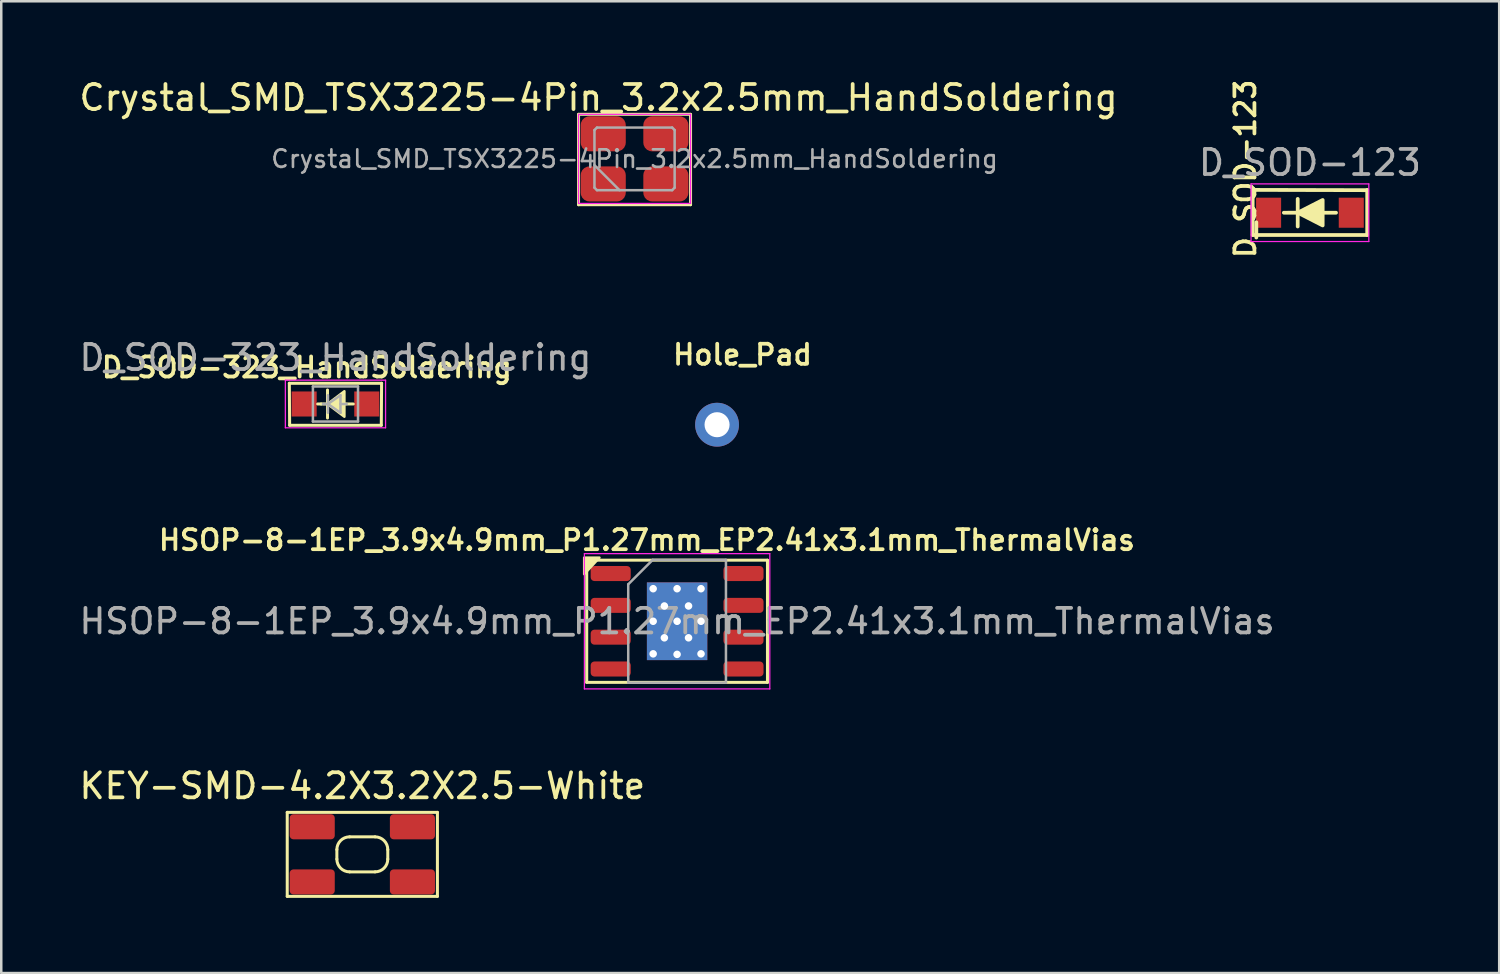
<source format=kicad_pcb>
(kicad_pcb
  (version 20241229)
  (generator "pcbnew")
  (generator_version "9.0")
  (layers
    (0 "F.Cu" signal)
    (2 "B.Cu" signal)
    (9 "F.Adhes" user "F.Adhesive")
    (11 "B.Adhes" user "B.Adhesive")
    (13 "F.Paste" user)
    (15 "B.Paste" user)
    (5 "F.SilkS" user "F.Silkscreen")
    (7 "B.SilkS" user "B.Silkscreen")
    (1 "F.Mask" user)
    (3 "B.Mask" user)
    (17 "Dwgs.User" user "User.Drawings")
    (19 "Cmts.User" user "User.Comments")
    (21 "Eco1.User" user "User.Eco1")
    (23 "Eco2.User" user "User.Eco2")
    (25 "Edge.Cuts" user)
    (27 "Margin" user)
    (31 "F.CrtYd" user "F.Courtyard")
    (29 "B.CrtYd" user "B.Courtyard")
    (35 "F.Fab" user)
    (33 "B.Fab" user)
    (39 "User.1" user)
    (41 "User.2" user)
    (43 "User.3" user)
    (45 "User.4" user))
  (footprint "D_SOD-123"
    (layer "F.Cu")
    (at 49.232 5.44)
    (property "Reference" "D_SOD-123" (at -2.578 -1.753 270) (layer "F.SilkS") (effects (font (size 0.8 0.8) (thickness 0.15))))
    (attr smd)
    (fp_line (start -2.286 -0.911) (end 2.286 -0.9) (stroke (width 0.15) (type solid)) (layer "F.SilkS"))
    (fp_line (start -2.286 0.889) (end -2.286 -0.911) (stroke (width 0.15) (type solid)) (layer "F.SilkS"))
    (fp_line (start -1.041 0) (end -0.488 -0.001) (stroke (width 0.15) (type solid)) (layer "F.SilkS"))
    (fp_line (start -0.488 -0.001) (end -0.488 -0.551) (stroke (width 0.15) (type solid)) (layer "F.SilkS"))
    (fp_line (start -0.488 -0.001) (end -0.488 0.549) (stroke (width 0.15) (type solid)) (layer "F.SilkS"))
    (fp_line (start 0.508 0) (end 1.041 0) (stroke (width 0.15) (type solid)) (layer "F.SilkS"))
    (fp_line (start 2.286 -0.911) (end 2.286 0.889) (stroke (width 0.15) (type solid)) (layer "F.SilkS"))
    (fp_line (start 2.286 0.889) (end -2.286 0.889) (stroke (width 0.15) (type solid)) (layer "F.SilkS"))
    (fp_poly (pts (xy 0.508 0.508) (xy -0.488 -0.001) (xy 0.508 -0.508)) (stroke (width 0.15) (type solid)) (fill yes) (layer "F.SilkS"))
    (fp_line (start -2.35 -1.15) (end -2.35 1.15) (stroke (width 0.05) (type solid)) (layer "F.CrtYd"))
    (fp_line (start -2.35 -1.15) (end 2.35 -1.15) (stroke (width 0.05) (type solid)) (layer "F.CrtYd"))
    (fp_line (start 2.35 -1.15) (end 2.35 1.15) (stroke (width 0.05) (type solid)) (layer "F.CrtYd"))
    (fp_line (start 2.35 1.15) (end -2.35 1.15) (stroke (width 0.05) (type solid)) (layer "F.CrtYd"))
    (fp_text user "${REFERENCE}" (at 0 -2 180) (layer "F.Fab") (effects (font (size 1 1) (thickness 0.15))))
    (pad "1" smd rect (at -1.65 0) (size 1 1.2) (layers "F.Cu" "F.Mask" "F.Paste"))
    (pad "2" smd rect (at 1.65 0) (size 1 1.2) (layers "F.Cu" "F.Mask" "F.Paste")))
  (footprint "D_SOD-323_HandSoldering"
    (layer "F.Cu")
    (at 10.339 13.074)
    (property "Reference" "D_SOD-323_HandSoldering" (at -1.143 -1.46 180) (layer "F.SilkS") (effects (font (size 0.8 0.8) (thickness 0.15))))
    (attr smd)
    (fp_line (start -1.841 -0.826) (end -1.829 0.85) (stroke (width 0.12) (type solid)) (layer "F.SilkS"))
    (fp_line (start -1.841 -0.826) (end 1.841 -0.826) (stroke (width 0.12) (type solid)) (layer "F.SilkS"))
    (fp_line (start -1.829 0.85) (end 1.829 0.85) (stroke (width 0.12) (type solid)) (layer "F.SilkS"))
    (fp_line (start -0.572 0) (end -0.711 0) (stroke (width 0.12) (type solid)) (layer "F.SilkS"))
    (fp_line (start -0.318 -0.559) (end -0.318 0.559) (stroke (width 0.12) (type solid)) (layer "F.SilkS"))
    (fp_line (start 0.254 0) (end -0.572 0) (stroke (width 0.12) (type solid)) (layer "F.SilkS"))
    (fp_line (start 0.711 0) (end 0.254 0) (stroke (width 0.12) (type solid)) (layer "F.SilkS"))
    (fp_line (start 1.841 -0.826) (end 1.829 0.85) (stroke (width 0.12) (type solid)) (layer "F.SilkS"))
    (fp_poly (pts (xy 0.356 0.508) (xy -0.318 0) (xy 0.356 -0.508)) (stroke (width 0.1) (type solid)) (fill yes) (layer "F.SilkS"))
    (fp_line (start -2 -0.95) (end -2 0.95) (stroke (width 0.05) (type solid)) (layer "F.CrtYd"))
    (fp_line (start -2 -0.95) (end 2 -0.95) (stroke (width 0.05) (type solid)) (layer "F.CrtYd"))
    (fp_line (start -2 0.95) (end 2 0.95) (stroke (width 0.05) (type solid)) (layer "F.CrtYd"))
    (fp_line (start 2 -0.95) (end 2 0.95) (stroke (width 0.05) (type solid)) (layer "F.CrtYd"))
    (fp_line (start -0.9 -0.7) (end 0.9 -0.7) (stroke (width 0.1) (type solid)) (layer "F.Fab"))
    (fp_line (start -0.9 0.7) (end -0.9 -0.7) (stroke (width 0.1) (type solid)) (layer "F.Fab"))
    (fp_line (start -0.3 -0.35) (end -0.3 0.35) (stroke (width 0.1) (type solid)) (layer "F.Fab"))
    (fp_line (start -0.3 0) (end -0.5 0) (stroke (width 0.1) (type solid)) (layer "F.Fab"))
    (fp_line (start -0.3 0) (end 0.2 -0.35) (stroke (width 0.1) (type solid)) (layer "F.Fab"))
    (fp_line (start 0.2 -0.35) (end 0.2 0.35) (stroke (width 0.1) (type solid)) (layer "F.Fab"))
    (fp_line (start 0.2 0) (end 0.45 0) (stroke (width 0.1) (type solid)) (layer "F.Fab"))
    (fp_line (start 0.2 0.35) (end -0.3 0) (stroke (width 0.1) (type solid)) (layer "F.Fab"))
    (fp_line (start 0.9 -0.7) (end 0.9 0.7) (stroke (width 0.1) (type solid)) (layer "F.Fab"))
    (fp_line (start 0.9 0.7) (end -0.9 0.7) (stroke (width 0.1) (type solid)) (layer "F.Fab"))
    (fp_text user "${REFERENCE}" (at 0 -1.85 180) (layer "F.Fab") (effects (font (size 1 1) (thickness 0.15))))
    (pad "1" smd rect (at -1.25 0) (size 1 1) (layers "F.Cu" "F.Mask" "F.Paste"))
    (pad "2" smd rect (at 1.25 0) (size 1 1) (layers "F.Cu" "F.Mask" "F.Paste")))
  (footprint "Crystal_SMD_TSX3225-4Pin_3.2x2.5mm_HandSoldering"
    (layer "F.Cu")
    (at 22.276 3.291)
    (property "Reference" "Crystal_SMD_TSX3225-4Pin_3.2x2.5mm_HandSoldering" (at -1.437 -2.443 0) (layer "F.SilkS") (effects (font (size 1 1) (thickness 0.15))))
    (attr smd)
    (fp_line (start -2.235 -1.778) (end -2.235 1.829) (stroke (width 0.12) (type solid)) (layer "F.SilkS"))
    (fp_line (start -2.235 -1.778) (end 2.235 -1.778) (stroke (width 0.12) (type solid)) (layer "F.SilkS"))
    (fp_line (start -2.235 1.829) (end 2.235 1.829) (stroke (width 0.12) (type solid)) (layer "F.SilkS"))
    (fp_line (start 2.235 -1.778) (end 2.235 1.829) (stroke (width 0.12) (type solid)) (layer "F.SilkS"))
    (fp_line (start -2.235 -1.778) (end -2.235 1.778) (stroke (width 0.05) (type solid)) (layer "F.CrtYd"))
    (fp_line (start -2.235 1.778) (end 2.235 1.778) (stroke (width 0.05) (type solid)) (layer "F.CrtYd"))
    (fp_line (start 2.235 -1.778) (end -2.235 -1.778) (stroke (width 0.05) (type solid)) (layer "F.CrtYd"))
    (fp_line (start 2.235 1.778) (end 2.235 -1.778) (stroke (width 0.05) (type solid)) (layer "F.CrtYd"))
    (fp_line (start -1.6 -1.15) (end -1.5 -1.25) (stroke (width 0.1) (type solid)) (layer "F.Fab"))
    (fp_line (start -1.6 0.25) (end -0.6 1.25) (stroke (width 0.1) (type solid)) (layer "F.Fab"))
    (fp_line (start -1.6 1.15) (end -1.6 -1.15) (stroke (width 0.1) (type solid)) (layer "F.Fab"))
    (fp_line (start -1.5 -1.25) (end 1.5 -1.25) (stroke (width 0.1) (type solid)) (layer "F.Fab"))
    (fp_line (start -1.5 1.25) (end -1.6 1.15) (stroke (width 0.1) (type solid)) (layer "F.Fab"))
    (fp_line (start 1.5 -1.25) (end 1.6 -1.15) (stroke (width 0.1) (type solid)) (layer "F.Fab"))
    (fp_line (start 1.5 1.25) (end -1.5 1.25) (stroke (width 0.1) (type solid)) (layer "F.Fab"))
    (fp_line (start 1.6 -1.15) (end 1.6 1.15) (stroke (width 0.1) (type solid)) (layer "F.Fab"))
    (fp_line (start 1.6 1.15) (end 1.5 1.25) (stroke (width 0.1) (type solid)) (layer "F.Fab"))
    (fp_text user "${REFERENCE}" (at 0 0 0) (layer "F.Fab") (effects (font (size 0.7 0.7) (thickness 0.105))))
    (pad "1" smd roundrect (at -1.25 1) (size 1.8 1.4) (layers "F.Cu" "F.Mask" "F.Paste") (roundrect_rratio 0.25))
    (pad "2" smd roundrect (at 1.25 1) (size 1.8 1.4) (layers "F.Cu" "F.Mask" "F.Paste") (roundrect_rratio 0.25))
    (pad "3" smd roundrect (at 1.25 -1) (size 1.8 1.4) (layers "F.Cu" "F.Mask" "F.Paste") (roundrect_rratio 0.25))
    (pad "4" smd roundrect (at -1.25 -1) (size 1.8 1.4) (layers "F.Cu" "F.Mask" "F.Paste") (roundrect_rratio 0.25)))
  (footprint "HSOP-8-1EP_3.9x4.9mm_P1.27mm_EP2.41x3.1mm_ThermalVias"
    (layer "F.Cu")
    (at 23.974 21.746)
    (property "Reference" "HSOP-8-1EP_3.9x4.9mm_P1.27mm_EP2.41x3.1mm_ThermalVias" (at -1.206 -3.239 0) (layer "F.SilkS") (effects (font (size 0.8 0.8) (thickness 0.15))))
    (attr smd)
    (fp_line (start -3.607 2.438) (end -3.607 -2.438) (stroke (width 0.12) (type solid)) (layer "F.SilkS"))
    (fp_line (start 3.607 -2.438) (end -3.607 -2.438) (stroke (width 0.12) (type solid)) (layer "F.SilkS"))
    (fp_line (start 3.607 2.438) (end -3.607 2.438) (stroke (width 0.12) (type solid)) (layer "F.SilkS"))
    (fp_line (start 3.607 2.438) (end 3.607 -2.438) (stroke (width 0.12) (type solid)) (layer "F.SilkS"))
    (fp_poly (pts (xy -3.708 -1.88) (xy -3.708 -2.54) (xy -3.099 -2.54)) (stroke (width 0.1) (type solid)) (fill yes) (layer "F.SilkS"))
    (fp_line (start -3.7 -2.7) (end -3.7 2.7) (stroke (width 0.05) (type solid)) (layer "F.CrtYd"))
    (fp_line (start -3.7 2.7) (end 3.7 2.7) (stroke (width 0.05) (type solid)) (layer "F.CrtYd"))
    (fp_line (start 3.7 -2.7) (end -3.7 -2.7) (stroke (width 0.05) (type solid)) (layer "F.CrtYd"))
    (fp_line (start 3.7 2.7) (end 3.7 -2.7) (stroke (width 0.05) (type solid)) (layer "F.CrtYd"))
    (fp_line (start -1.95 -1.475) (end -0.975 -2.45) (stroke (width 0.1) (type solid)) (layer "F.Fab"))
    (fp_line (start -1.95 2.45) (end -1.95 -1.475) (stroke (width 0.1) (type solid)) (layer "F.Fab"))
    (fp_line (start -0.975 -2.45) (end 1.95 -2.45) (stroke (width 0.1) (type solid)) (layer "F.Fab"))
    (fp_line (start 1.95 -2.45) (end 1.95 2.45) (stroke (width 0.1) (type solid)) (layer "F.Fab"))
    (fp_line (start 1.95 2.45) (end -1.95 2.45) (stroke (width 0.1) (type solid)) (layer "F.Fab"))
    (fp_text user "${REFERENCE}" (at 0 0 0) (layer "F.Fab") (effects (font (size 0.98 0.98) (thickness 0.15))))
    (pad "" smd roundrect (at -0.6 -0.775) (size 0.97 1.25) (layers "F.Paste") (roundrect_rratio 0.25))
    (pad "" smd roundrect (at -0.6 0.775) (size 0.97 1.25) (layers "F.Paste") (roundrect_rratio 0.25))
    (pad "" smd roundrect (at 0.6 -0.775) (size 0.97 1.25) (layers "F.Paste") (roundrect_rratio 0.25))
    (pad "" smd roundrect (at 0.6 0.775) (size 0.97 1.25) (layers "F.Paste") (roundrect_rratio 0.25))
    (pad "1" smd roundrect (at -2.65 -1.905) (size 1.6 0.6) (layers "F.Cu" "F.Mask" "F.Paste") (roundrect_rratio 0.25))
    (pad "1" thru_hole circle (at -0.955 -1.3) (size 0.45 0.45) (drill 0.3) (layers "*.Cu"))
    (pad "1" thru_hole circle (at -0.955 0) (size 0.45 0.45) (drill 0.3) (layers "*.Cu"))
    (pad "1" thru_hole circle (at -0.955 1.3) (size 0.45 0.45) (drill 0.3) (layers "*.Cu"))
    (pad "1" thru_hole circle (at -0.508 -0.61) (size 0.45 0.45) (drill 0.3) (layers "*.Cu"))
    (pad "1" thru_hole circle (at -0.508 0.66) (size 0.45 0.45) (drill 0.3) (layers "*.Cu"))
    (pad "1" thru_hole circle (at 0 -1.3) (size 0.45 0.45) (drill 0.3) (layers "*.Cu"))
    (pad "1" thru_hole circle (at 0 0) (size 0.45 0.45) (drill 0.3) (layers "*.Cu"))
    (pad "1" smd rect (at 0 0) (size 2.41 3.1) (layers "F.Cu" "F.Mask"))
    (pad "1" smd rect (at 0 0) (size 2.41 3.1) (layers "B.Cu"))
    (pad "1" thru_hole circle (at 0 1.321) (size 0.45 0.45) (drill 0.3) (layers "*.Cu"))
    (pad "1" thru_hole circle (at 0.457 -0.61) (size 0.45 0.45) (drill 0.3) (layers "*.Cu"))
    (pad "1" thru_hole circle (at 0.457 0.66) (size 0.45 0.45) (drill 0.3) (layers "*.Cu"))
    (pad "1" thru_hole circle (at 0.955 -1.3) (size 0.45 0.45) (drill 0.3) (layers "*.Cu"))
    (pad "1" thru_hole circle (at 0.955 0) (size 0.45 0.45) (drill 0.3) (layers "*.Cu"))
    (pad "1" thru_hole circle (at 0.955 1.3) (size 0.45 0.45) (drill 0.3) (layers "*.Cu"))
    (pad "2" smd roundrect (at -2.65 -0.635) (size 1.6 0.6) (layers "F.Cu" "F.Mask" "F.Paste") (roundrect_rratio 0.25))
    (pad "3" smd roundrect (at -2.65 0.635) (size 1.6 0.6) (layers "F.Cu" "F.Mask" "F.Paste") (roundrect_rratio 0.25))
    (pad "4" smd roundrect (at -2.65 1.905) (size 1.6 0.6) (layers "F.Cu" "F.Mask" "F.Paste") (roundrect_rratio 0.25))
    (pad "5" smd roundrect (at 2.65 1.905) (size 1.6 0.6) (layers "F.Cu" "F.Mask" "F.Paste") (roundrect_rratio 0.25))
    (pad "6" smd roundrect (at 2.65 0.635) (size 1.6 0.6) (layers "F.Cu" "F.Mask" "F.Paste") (roundrect_rratio 0.25))
    (pad "7" smd roundrect (at 2.65 -0.635) (size 1.6 0.6) (layers "F.Cu" "F.Mask" "F.Paste") (roundrect_rratio 0.25))
    (pad "8" smd roundrect (at 2.65 -1.905) (size 1.6 0.6) (layers "F.Cu" "F.Mask" "F.Paste") (roundrect_rratio 0.25)))
  (footprint "KEY-SMD-4.2X3.2X2.5-White"
    (layer "F.Cu")
    (at 11.411 31.049)
    (property "Reference" "KEY-SMD-4.2X3.2X2.5-White" (at 0 -2.731 180) (layer "F.SilkS") (effects (font (size 1 1) (thickness 0.15))))
    (attr smd)
    (fp_line (start -2.997 -1.676) (end 2.997 -1.676) (stroke (width 0.12) (type solid)) (layer "F.SilkS"))
    (fp_line (start -2.997 1.676) (end -2.997 -1.676) (stroke (width 0.12) (type solid)) (layer "F.SilkS"))
    (fp_line (start -1.016 -0.191) (end -1.016 0.191) (stroke (width 0.12) (type solid)) (layer "F.SilkS"))
    (fp_line (start -0.508 0.699) (end 0.508 0.699) (stroke (width 0.12) (type solid)) (layer "F.SilkS"))
    (fp_line (start 0.508 -0.699) (end -0.508 -0.699) (stroke (width 0.12) (type solid)) (layer "F.SilkS"))
    (fp_line (start 1.016 -0.191) (end 1.016 0.191) (stroke (width 0.12) (type solid)) (layer "F.SilkS"))
    (fp_line (start 2.997 -1.676) (end 2.997 1.676) (stroke (width 0.12) (type solid)) (layer "F.SilkS"))
    (fp_line (start 2.997 1.676) (end -2.997 1.676) (stroke (width 0.12) (type solid)) (layer "F.SilkS"))
    (fp_arc (start -1.016 -0.1905) (mid -0.86721 -0.54971) (end -0.508 -0.6985) (stroke (width 0.12) (type solid)) (layer "F.SilkS"))
    (fp_arc (start -0.508 0.6985) (mid -0.86721 0.54971) (end -1.016 0.1905) (stroke (width 0.12) (type solid)) (layer "F.SilkS"))
    (fp_arc (start 0.508 -0.6985) (mid 0.86721 -0.54971) (end 1.016 -0.1905) (stroke (width 0.12) (type solid)) (layer "F.SilkS"))
    (fp_arc (start 1.016 0.1905) (mid 0.86721 0.54971) (end 0.508 0.6985) (stroke (width 0.12) (type solid)) (layer "F.SilkS"))
    (pad "1" smd roundrect (at -2 -1.1) (size 1.8 1) (layers "F.Cu" "F.Mask" "F.Paste") (roundrect_rratio 0.15))
    (pad "2" smd roundrect (at 2 -1.1) (size 1.8 1) (layers "F.Cu" "F.Mask" "F.Paste") (roundrect_rratio 0.15))
    (pad "3" smd roundrect (at -2 1.1) (size 1.8 1) (layers "F.Cu" "F.Mask" "F.Paste") (roundrect_rratio 0.15))
    (pad "4" smd roundrect (at 2 1.1) (size 1.8 1) (layers "F.Cu" "F.Mask" "F.Paste") (roundrect_rratio 0.15)))
  (footprint "Hole_Pad"
    (layer "F.Cu")
    (at 25.569 13.901)
    (property "Reference" "Hole_Pad" (at 1.016 -2.794 0) (layer "F.SilkS") (effects (font (size 0.8 0.8) (thickness 0.15))))
    (attr through_hole)
    (pad "1" thru_hole circle (at 0 0) (size 1.75 1.75) (drill 1) (layers "*.Cu" "*.Mask")))
  (gr_rect
    (start -3 -3)
    (end 56.786 35.786)
    (stroke (width 0.1) (type default))
    (fill no)
    (layer "Edge.Cuts")))
</source>
